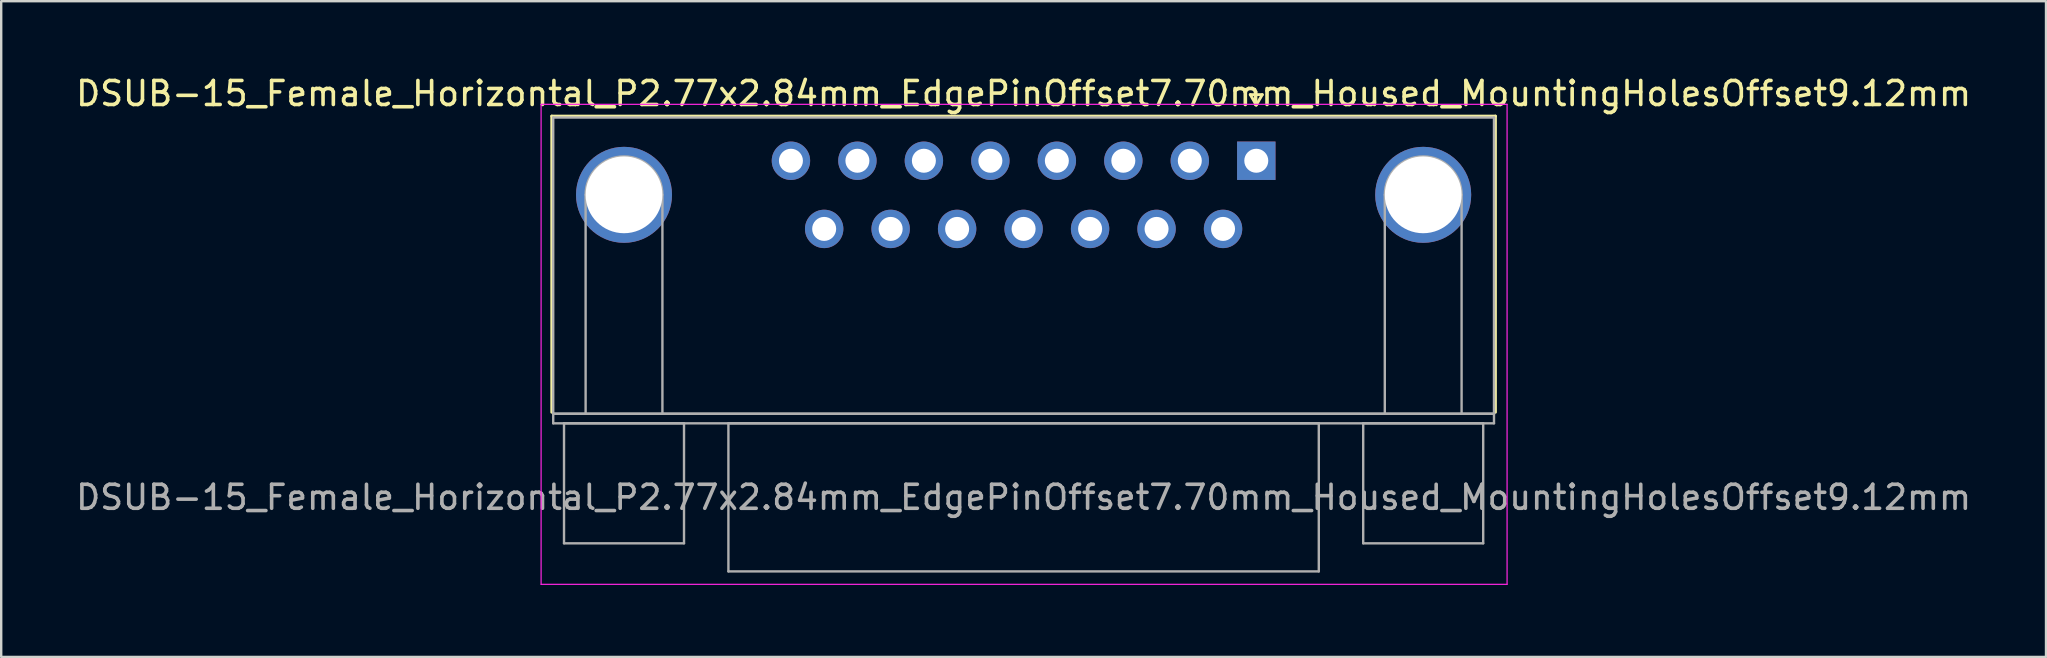
<source format=kicad_pcb>
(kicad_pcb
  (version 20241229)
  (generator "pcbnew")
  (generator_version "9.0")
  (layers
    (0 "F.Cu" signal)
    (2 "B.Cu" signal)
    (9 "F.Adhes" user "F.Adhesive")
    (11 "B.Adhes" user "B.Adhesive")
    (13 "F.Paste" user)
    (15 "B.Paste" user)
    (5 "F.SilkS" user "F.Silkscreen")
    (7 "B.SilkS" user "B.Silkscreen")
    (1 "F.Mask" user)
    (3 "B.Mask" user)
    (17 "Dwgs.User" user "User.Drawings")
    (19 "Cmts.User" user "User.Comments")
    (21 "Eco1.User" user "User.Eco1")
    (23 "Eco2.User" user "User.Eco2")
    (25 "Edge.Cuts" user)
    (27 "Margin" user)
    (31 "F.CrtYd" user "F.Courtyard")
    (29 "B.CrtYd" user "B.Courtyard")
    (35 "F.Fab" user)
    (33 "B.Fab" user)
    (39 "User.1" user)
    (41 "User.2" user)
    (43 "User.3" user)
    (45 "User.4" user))
  (footprint "DSUB-15_Female_Horizontal_P2.77x2.84mm_EdgePinOffset7.70mm_Housed_MountingHolesOffset9.12mm"
    (layer "F.Cu")
    (at 49.296 3.648)
    (property "Reference" "DSUB-15_Female_Horizontal_P2.77x2.84mm_EdgePinOffset7.70mm_Housed_MountingHolesOffset9.12mm" (at -9.695 -2.8 0) (layer "F.SilkS") (effects (font (size 1 1) (thickness 0.15))))
    (attr through_hole)
    (fp_line (start -29.355 -1.86) (end 9.965 -1.86) (stroke (width 0.12) (type solid)) (layer "F.SilkS"))
    (fp_line (start -29.355 10.48) (end -29.355 -1.86) (stroke (width 0.12) (type solid)) (layer "F.SilkS"))
    (fp_line (start -0.25 -2.754) (end 0.25 -2.754) (stroke (width 0.12) (type solid)) (layer "F.SilkS"))
    (fp_line (start 0 -2.321) (end -0.25 -2.754) (stroke (width 0.12) (type solid)) (layer "F.SilkS"))
    (fp_line (start 0.25 -2.754) (end 0 -2.321) (stroke (width 0.12) (type solid)) (layer "F.SilkS"))
    (fp_line (start 9.965 -1.86) (end 9.965 10.48) (stroke (width 0.12) (type solid)) (layer "F.SilkS"))
    (fp_line (start -29.8 -2.35) (end -29.8 17.65) (stroke (width 0.05) (type solid)) (layer "F.CrtYd"))
    (fp_line (start -29.8 17.65) (end 10.45 17.65) (stroke (width 0.05) (type solid)) (layer "F.CrtYd"))
    (fp_line (start 10.45 -2.35) (end -29.8 -2.35) (stroke (width 0.05) (type solid)) (layer "F.CrtYd"))
    (fp_line (start 10.45 17.65) (end 10.45 -2.35) (stroke (width 0.05) (type solid)) (layer "F.CrtYd"))
    (fp_line (start -29.295 -1.8) (end -29.295 10.54) (stroke (width 0.1) (type solid)) (layer "F.Fab"))
    (fp_line (start -29.295 10.54) (end -29.295 10.94) (stroke (width 0.1) (type solid)) (layer "F.Fab"))
    (fp_line (start -29.295 10.54) (end 9.905 10.54) (stroke (width 0.1) (type solid)) (layer "F.Fab"))
    (fp_line (start -29.295 10.94) (end 9.905 10.94) (stroke (width 0.1) (type solid)) (layer "F.Fab"))
    (fp_line (start -28.845 10.94) (end -28.845 15.94) (stroke (width 0.1) (type solid)) (layer "F.Fab"))
    (fp_line (start -28.845 15.94) (end -23.845 15.94) (stroke (width 0.1) (type solid)) (layer "F.Fab"))
    (fp_line (start -27.945 10.54) (end -27.945 1.42) (stroke (width 0.1) (type solid)) (layer "F.Fab"))
    (fp_line (start -24.745 10.54) (end -24.745 1.42) (stroke (width 0.1) (type solid)) (layer "F.Fab"))
    (fp_line (start -23.845 10.94) (end -28.845 10.94) (stroke (width 0.1) (type solid)) (layer "F.Fab"))
    (fp_line (start -23.845 15.94) (end -23.845 10.94) (stroke (width 0.1) (type solid)) (layer "F.Fab"))
    (fp_line (start -21.995 10.94) (end -21.995 17.11) (stroke (width 0.1) (type solid)) (layer "F.Fab"))
    (fp_line (start -21.995 17.11) (end 2.605 17.11) (stroke (width 0.1) (type solid)) (layer "F.Fab"))
    (fp_line (start 2.605 10.94) (end -21.995 10.94) (stroke (width 0.1) (type solid)) (layer "F.Fab"))
    (fp_line (start 2.605 17.11) (end 2.605 10.94) (stroke (width 0.1) (type solid)) (layer "F.Fab"))
    (fp_line (start 4.455 10.94) (end 4.455 15.94) (stroke (width 0.1) (type solid)) (layer "F.Fab"))
    (fp_line (start 4.455 15.94) (end 9.455 15.94) (stroke (width 0.1) (type solid)) (layer "F.Fab"))
    (fp_line (start 5.355 10.54) (end 5.355 1.42) (stroke (width 0.1) (type solid)) (layer "F.Fab"))
    (fp_line (start 8.555 10.54) (end 8.555 1.42) (stroke (width 0.1) (type solid)) (layer "F.Fab"))
    (fp_line (start 9.455 10.94) (end 4.455 10.94) (stroke (width 0.1) (type solid)) (layer "F.Fab"))
    (fp_line (start 9.455 15.94) (end 9.455 10.94) (stroke (width 0.1) (type solid)) (layer "F.Fab"))
    (fp_line (start 9.905 -1.8) (end -29.295 -1.8) (stroke (width 0.1) (type solid)) (layer "F.Fab"))
    (fp_line (start 9.905 10.54) (end -29.295 10.54) (stroke (width 0.1) (type solid)) (layer "F.Fab"))
    (fp_line (start 9.905 10.54) (end 9.905 -1.8) (stroke (width 0.1) (type solid)) (layer "F.Fab"))
    (fp_line (start 9.905 10.94) (end 9.905 10.54) (stroke (width 0.1) (type solid)) (layer "F.Fab"))
    (fp_arc (start -27.945 1.42) (mid -26.345 -0.18) (end -24.745 1.42) (stroke (width 0.1) (type solid)) (layer "F.Fab"))
    (fp_arc (start 5.355 1.42) (mid 6.955 -0.18) (end 8.555 1.42) (stroke (width 0.1) (type solid)) (layer "F.Fab"))
    (fp_text user "${REFERENCE}" (at -9.695 14.025 0) (layer "F.Fab") (effects (font (size 1 1) (thickness 0.15))))
    (pad "0" thru_hole circle (at -26.345 1.42) (size 4 4) (drill 3.2) (layers "*.Cu" "*.Mask"))
    (pad "0" thru_hole circle (at 6.955 1.42) (size 4 4) (drill 3.2) (layers "*.Cu" "*.Mask"))
    (pad "1" thru_hole rect (at 0 0) (size 1.6 1.6) (drill 1) (layers "*.Cu" "*.Mask"))
    (pad "2" thru_hole circle (at -2.77 0) (size 1.6 1.6) (drill 1) (layers "*.Cu" "*.Mask"))
    (pad "3" thru_hole circle (at -5.54 0) (size 1.6 1.6) (drill 1) (layers "*.Cu" "*.Mask"))
    (pad "4" thru_hole circle (at -8.31 0) (size 1.6 1.6) (drill 1) (layers "*.Cu" "*.Mask"))
    (pad "5" thru_hole circle (at -11.08 0) (size 1.6 1.6) (drill 1) (layers "*.Cu" "*.Mask"))
    (pad "6" thru_hole circle (at -13.85 0) (size 1.6 1.6) (drill 1) (layers "*.Cu" "*.Mask"))
    (pad "7" thru_hole circle (at -16.62 0) (size 1.6 1.6) (drill 1) (layers "*.Cu" "*.Mask"))
    (pad "8" thru_hole circle (at -19.39 0) (size 1.6 1.6) (drill 1) (layers "*.Cu" "*.Mask"))
    (pad "9" thru_hole circle (at -1.385 2.84) (size 1.6 1.6) (drill 1) (layers "*.Cu" "*.Mask"))
    (pad "10" thru_hole circle (at -4.155 2.84) (size 1.6 1.6) (drill 1) (layers "*.Cu" "*.Mask"))
    (pad "11" thru_hole circle (at -6.925 2.84) (size 1.6 1.6) (drill 1) (layers "*.Cu" "*.Mask"))
    (pad "12" thru_hole circle (at -9.695 2.84) (size 1.6 1.6) (drill 1) (layers "*.Cu" "*.Mask"))
    (pad "13" thru_hole circle (at -12.465 2.84) (size 1.6 1.6) (drill 1) (layers "*.Cu" "*.Mask"))
    (pad "14" thru_hole circle (at -15.235 2.84) (size 1.6 1.6) (drill 1) (layers "*.Cu" "*.Mask"))
    (pad "15" thru_hole circle (at -18.005 2.84) (size 1.6 1.6) (drill 1) (layers "*.Cu" "*.Mask")))
  (gr_rect
    (start -3 -3)
    (end 82.202 24.323)
    (stroke (width 0.1) (type default))
    (fill no)
    (layer "Edge.Cuts")))
</source>
